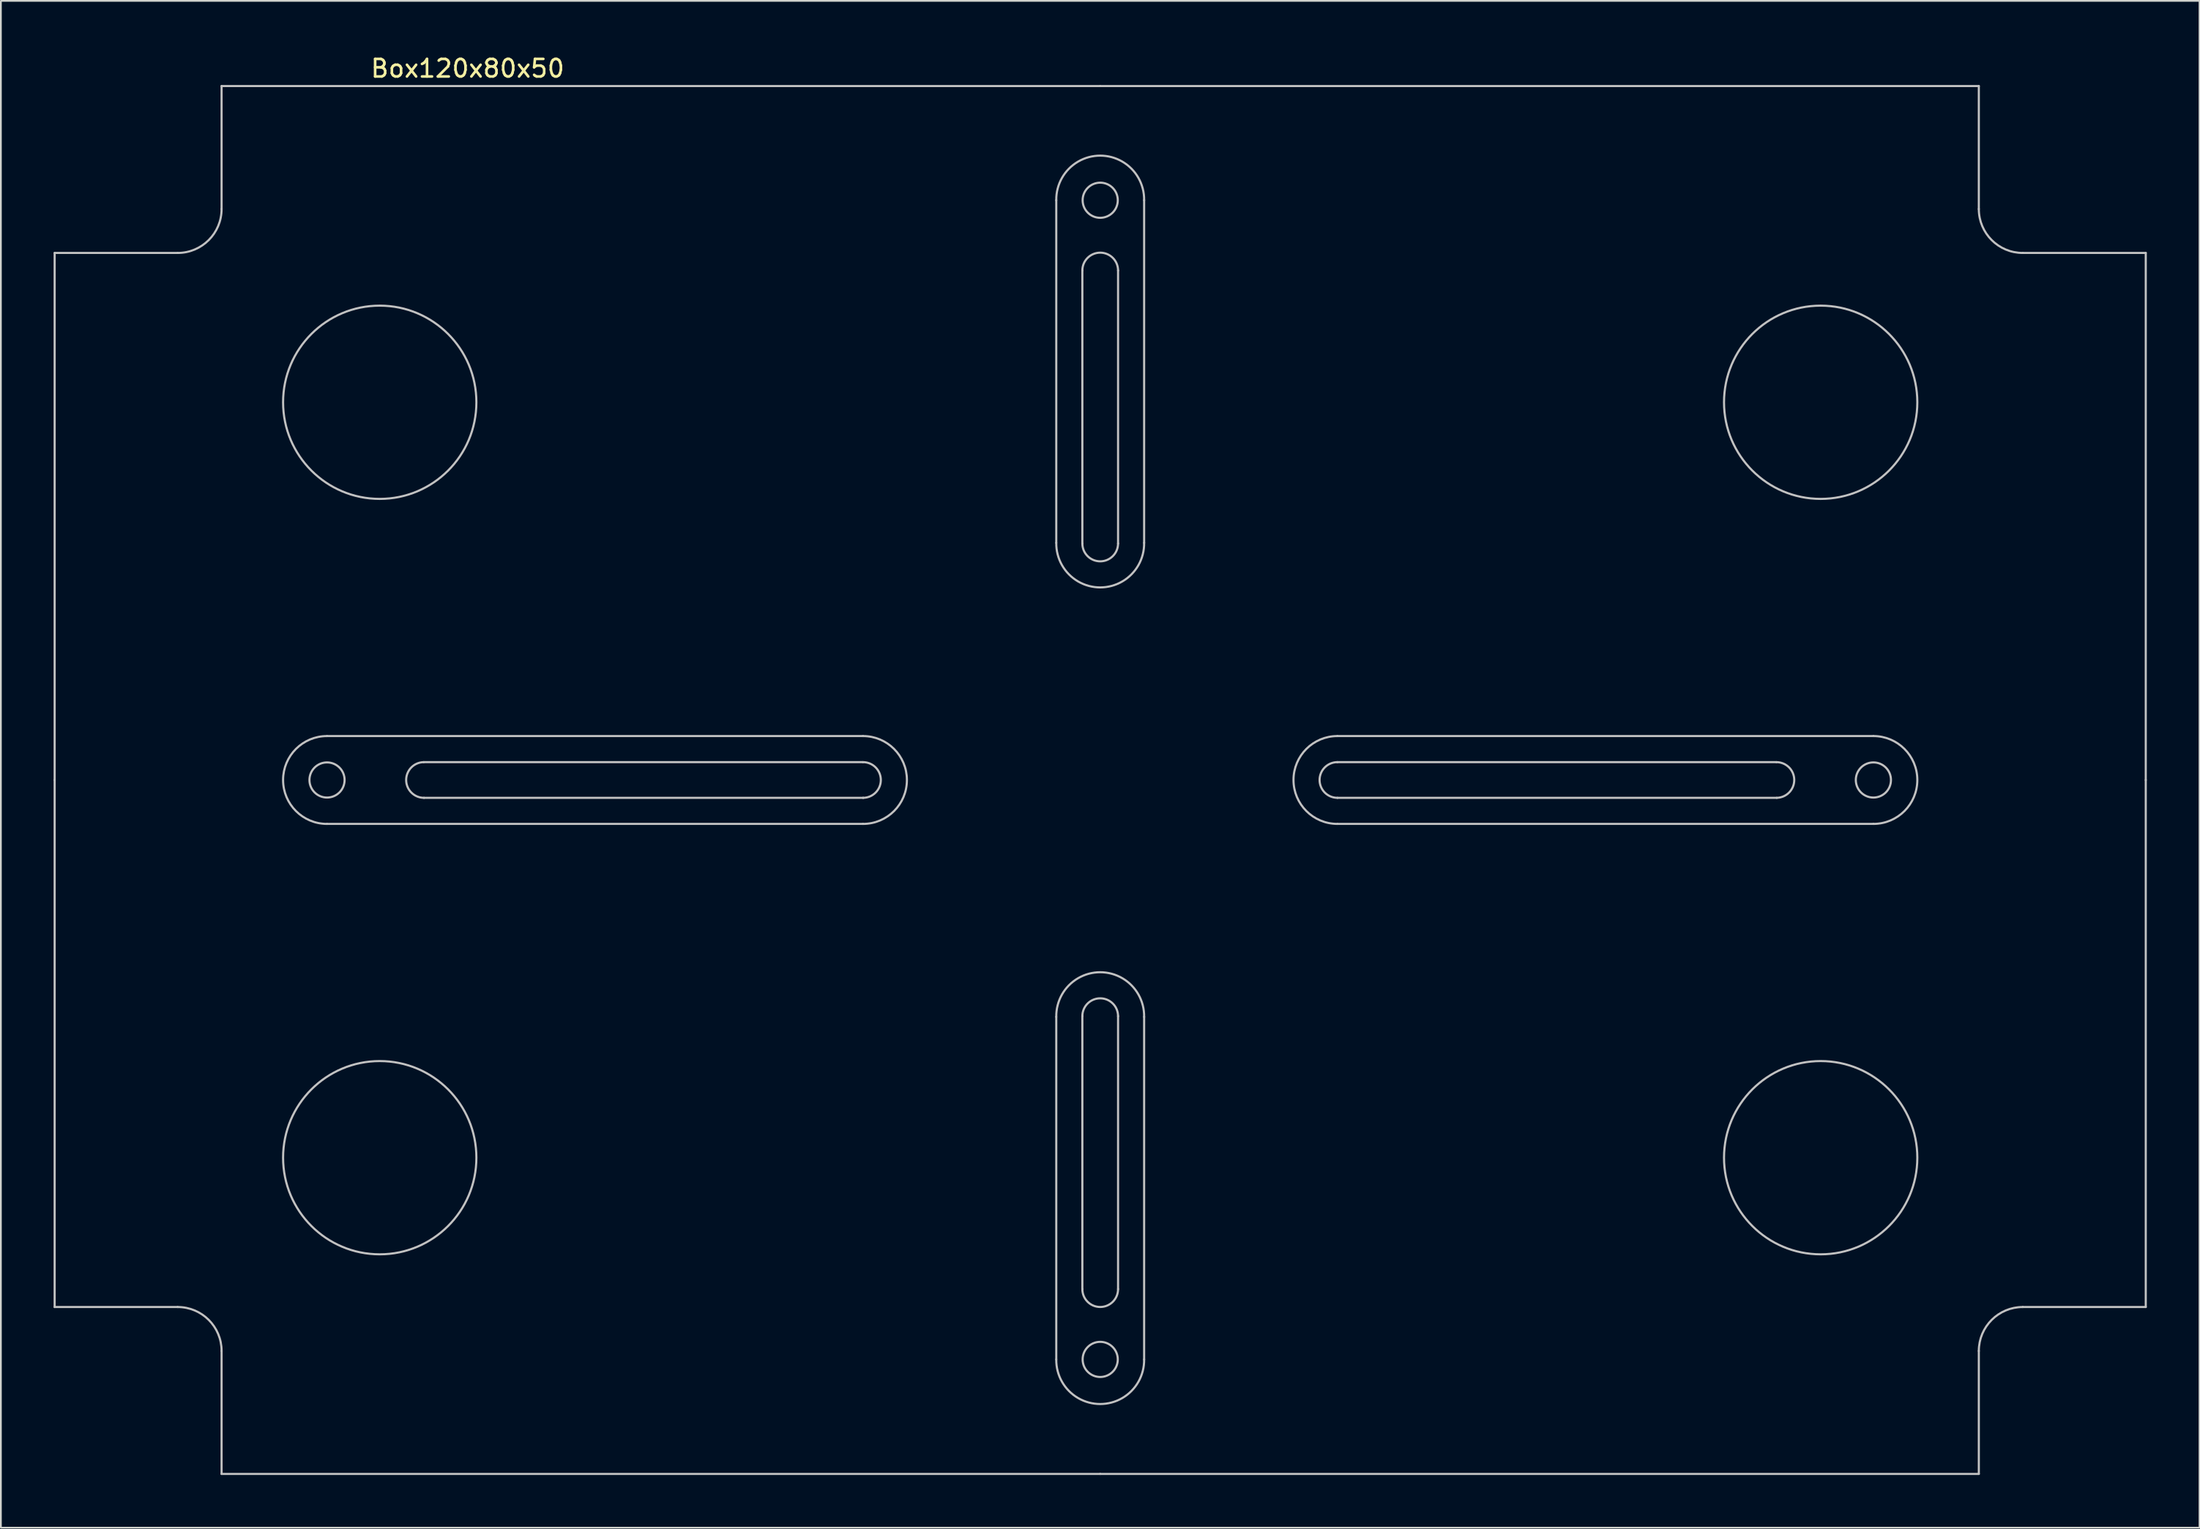
<source format=kicad_pcb>
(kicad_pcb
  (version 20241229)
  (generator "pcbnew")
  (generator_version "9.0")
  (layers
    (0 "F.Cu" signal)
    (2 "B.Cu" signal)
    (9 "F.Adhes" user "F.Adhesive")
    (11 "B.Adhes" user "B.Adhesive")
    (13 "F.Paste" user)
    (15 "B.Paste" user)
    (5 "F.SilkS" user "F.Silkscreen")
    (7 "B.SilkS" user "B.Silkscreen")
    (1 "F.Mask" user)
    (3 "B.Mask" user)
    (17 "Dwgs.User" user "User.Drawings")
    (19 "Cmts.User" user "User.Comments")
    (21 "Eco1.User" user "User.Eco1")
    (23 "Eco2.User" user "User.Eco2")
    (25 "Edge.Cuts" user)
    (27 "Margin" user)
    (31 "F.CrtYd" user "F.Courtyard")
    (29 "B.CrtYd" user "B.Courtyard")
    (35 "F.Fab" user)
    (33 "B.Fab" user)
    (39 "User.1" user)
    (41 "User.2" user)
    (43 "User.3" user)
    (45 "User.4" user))
  (footprint "Box120x80x50"
    (layer "F.Cu")
    (at 59.56 41.348)
    (property "Reference" "Box120x80x50" (at -36 -40.5 0) (layer "F.SilkS") (effects (font (size 1 1) (thickness 0.15))))
    (attr through_hole)
    (fp_line (start -59.5 -30) (end -52.5 -30) (stroke (width 0.12) (type solid)) (layer "Dwgs.User"))
    (fp_line (start -59.5 0) (end -59.5 -30) (stroke (width 0.12) (type solid)) (layer "Dwgs.User"))
    (fp_line (start -59.5 0) (end -59.5 30) (stroke (width 0.12) (type solid)) (layer "Dwgs.User"))
    (fp_line (start -59.5 30) (end -52.5 30) (stroke (width 0.12) (type solid)) (layer "Dwgs.User"))
    (fp_line (start -50 -39.5) (end -50 -32.5) (stroke (width 0.12) (type solid)) (layer "Dwgs.User"))
    (fp_line (start -50 -39.5) (end 0 -39.5) (stroke (width 0.12) (type solid)) (layer "Dwgs.User"))
    (fp_line (start -50 39.5) (end -50 32.5) (stroke (width 0.12) (type solid)) (layer "Dwgs.User"))
    (fp_line (start -50 39.5) (end 0 39.5) (stroke (width 0.12) (type solid)) (layer "Dwgs.User"))
    (fp_line (start -44 -2.5) (end -13.5 -2.5) (stroke (width 0.12) (type solid)) (layer "Dwgs.User"))
    (fp_line (start -44 2.5) (end -13.5 2.5) (stroke (width 0.12) (type solid)) (layer "Dwgs.User"))
    (fp_line (start -13.5 -1.016) (end -38.5 -1.016) (stroke (width 0.12) (type solid)) (layer "Dwgs.User"))
    (fp_line (start -13.481 1.016) (end -38.481 1.016) (stroke (width 0.12) (type solid)) (layer "Dwgs.User"))
    (fp_line (start -2.5 32.982) (end -2.5 13.482) (stroke (width 0.12) (type solid)) (layer "Dwgs.User"))
    (fp_line (start -2.5 -33) (end -2.5 -13.5) (stroke (width 0.12) (type solid)) (layer "Dwgs.User"))
    (fp_line (start -1.016 28.982) (end -1.016 13.444) (stroke (width 0.12) (type solid)) (layer "Dwgs.User"))
    (fp_line (start -1.016 -13.462) (end -1.016 -29) (stroke (width 0.12) (type solid)) (layer "Dwgs.User"))
    (fp_line (start 1.016 13.444) (end 1.016 28.982) (stroke (width 0.12) (type solid)) (layer "Dwgs.User"))
    (fp_line (start 1.016 -29) (end 1.016 -13.462) (stroke (width 0.12) (type solid)) (layer "Dwgs.User"))
    (fp_line (start 2.5 32.982) (end 2.5 13.482) (stroke (width 0.12) (type solid)) (layer "Dwgs.User"))
    (fp_line (start 2.5 -33) (end 2.5 -13.5) (stroke (width 0.12) (type solid)) (layer "Dwgs.User"))
    (fp_line (start 13.481 -1.016) (end 38.481 -1.016) (stroke (width 0.12) (type solid)) (layer "Dwgs.User"))
    (fp_line (start 13.5 1.016) (end 38.5 1.016) (stroke (width 0.12) (type solid)) (layer "Dwgs.User"))
    (fp_line (start 44 -2.5) (end 13.5 -2.5) (stroke (width 0.12) (type solid)) (layer "Dwgs.User"))
    (fp_line (start 44 2.5) (end 13.5 2.5) (stroke (width 0.12) (type solid)) (layer "Dwgs.User"))
    (fp_line (start 50 -39.5) (end 0 -39.5) (stroke (width 0.12) (type solid)) (layer "Dwgs.User"))
    (fp_line (start 50 -39.5) (end 50 -32.5) (stroke (width 0.12) (type solid)) (layer "Dwgs.User"))
    (fp_line (start 50 39.5) (end 0 39.5) (stroke (width 0.12) (type solid)) (layer "Dwgs.User"))
    (fp_line (start 50 39.5) (end 50 32.5) (stroke (width 0.12) (type solid)) (layer "Dwgs.User"))
    (fp_line (start 59.5 -30) (end 52.5 -30) (stroke (width 0.12) (type solid)) (layer "Dwgs.User"))
    (fp_line (start 59.5 0) (end 59.5 -30) (stroke (width 0.12) (type solid)) (layer "Dwgs.User"))
    (fp_line (start 59.5 0) (end 59.5 30) (stroke (width 0.12) (type solid)) (layer "Dwgs.User"))
    (fp_line (start 59.5 30) (end 52.5 30) (stroke (width 0.12) (type solid)) (layer "Dwgs.User"))
    (fp_arc (start -52.5 30) (mid -50.732233 30.732233) (end -50 32.5) (stroke (width 0.12) (type solid)) (layer "Dwgs.User"))
    (fp_arc (start -50 -32.5) (mid -50.732233 -30.732233) (end -52.5 -30) (stroke (width 0.12) (type solid)) (layer "Dwgs.User"))
    (fp_arc (start -44 2.500366) (mid -46.500183 0.000183) (end -44 -2.5) (stroke (width 0.12) (type solid)) (layer "Dwgs.User"))
    (fp_arc (start -38.481 1.016) (mid -39.496954 0.009651) (end -38.500301 -1.015817) (stroke (width 0.12) (type solid)) (layer "Dwgs.User"))
    (fp_arc (start -13.500301 -1.015817) (mid -12.484301 0.000183) (end -13.500301 1.016183) (stroke (width 0.12) (type solid)) (layer "Dwgs.User"))
    (fp_arc (start -13.5 -2.5) (mid -10.999817 0.000183) (end -13.5 2.500366) (stroke (width 0.12) (type solid)) (layer "Dwgs.User"))
    (fp_arc (start -2.5 -33) (mid -0.000001 -35.538288) (end 2.499998 -33) (stroke (width 0.12) (type solid)) (layer "Dwgs.User"))
    (fp_arc (start -2.5 13.482) (mid -0.000001 10.943712) (end 2.499998 13.482) (stroke (width 0.12) (type solid)) (layer "Dwgs.User"))
    (fp_arc (start -1.016001 13.444) (mid -0.000001 12.428) (end 1.015999 13.444) (stroke (width 0.12) (type solid)) (layer "Dwgs.User"))
    (fp_arc (start -1.016 -29) (mid 0 -30.016) (end 1.016 -29) (stroke (width 0.12) (type solid)) (layer "Dwgs.User"))
    (fp_arc (start 1.015999 28.982) (mid -0.000001 29.998) (end -1.016001 28.982) (stroke (width 0.12) (type solid)) (layer "Dwgs.User"))
    (fp_arc (start 1.016 -13.462) (mid 0 -12.446) (end -1.016 -13.462) (stroke (width 0.12) (type solid)) (layer "Dwgs.User"))
    (fp_arc (start 2.499999 -13.5) (mid 0 -10.961712) (end -2.499999 -13.5) (stroke (width 0.12) (type solid)) (layer "Dwgs.User"))
    (fp_arc (start 2.499999 32.982) (mid 0 35.520288) (end -2.499999 32.982) (stroke (width 0.12) (type solid)) (layer "Dwgs.User"))
    (fp_arc (start 13.5 2.5) (mid 10.999817 -0.000183) (end 13.5 -2.500366) (stroke (width 0.12) (type solid)) (layer "Dwgs.User"))
    (fp_arc (start 13.500301 1.015817) (mid 12.484301 -0.000183) (end 13.500301 -1.016183) (stroke (width 0.12) (type solid)) (layer "Dwgs.User"))
    (fp_arc (start 38.481 -1.016) (mid 39.496954 -0.009651) (end 38.500301 1.015817) (stroke (width 0.12) (type solid)) (layer "Dwgs.User"))
    (fp_arc (start 44 -2.500366) (mid 46.500183 -0.000183) (end 44 2.5) (stroke (width 0.12) (type solid)) (layer "Dwgs.User"))
    (fp_arc (start 50 32.5) (mid 50.732233 30.732233) (end 52.5 30) (stroke (width 0.12) (type solid)) (layer "Dwgs.User"))
    (fp_arc (start 52.5 -30) (mid 50.732233 -30.732233) (end 50 -32.5) (stroke (width 0.12) (type solid)) (layer "Dwgs.User"))
    (fp_circle (center -44 0) (end -43 0) (stroke (width 0.12) (type solid)) (fill no) (layer "Dwgs.User"))
    (fp_circle (center -41 -21.5) (end -35.5 -21.5) (stroke (width 0.12) (type solid)) (fill no) (layer "Dwgs.User"))
    (fp_circle (center -41 21.5) (end -35.5 21.5) (stroke (width 0.12) (type solid)) (fill no) (layer "Dwgs.User"))
    (fp_circle (center -0.000001 32.982) (end -1 32.982) (stroke (width 0.12) (type solid)) (fill no) (layer "Dwgs.User"))
    (fp_circle (center 0 -33) (end 1 -33) (stroke (width 0.12) (type solid)) (fill no) (layer "Dwgs.User"))
    (fp_circle (center 41 -21.5) (end 35.5 -21.5) (stroke (width 0.12) (type solid)) (fill no) (layer "Dwgs.User"))
    (fp_circle (center 41 21.5) (end 35.5 21.5) (stroke (width 0.12) (type solid)) (fill no) (layer "Dwgs.User"))
    (fp_circle (center 44 0) (end 43 0) (stroke (width 0.12) (type solid)) (fill no) (layer "Dwgs.User")))
  (gr_rect
    (start -3 -3)
    (end 122.12 83.908)
    (stroke (width 0.1) (type default))
    (fill no)
    (layer "Edge.Cuts")))
</source>
